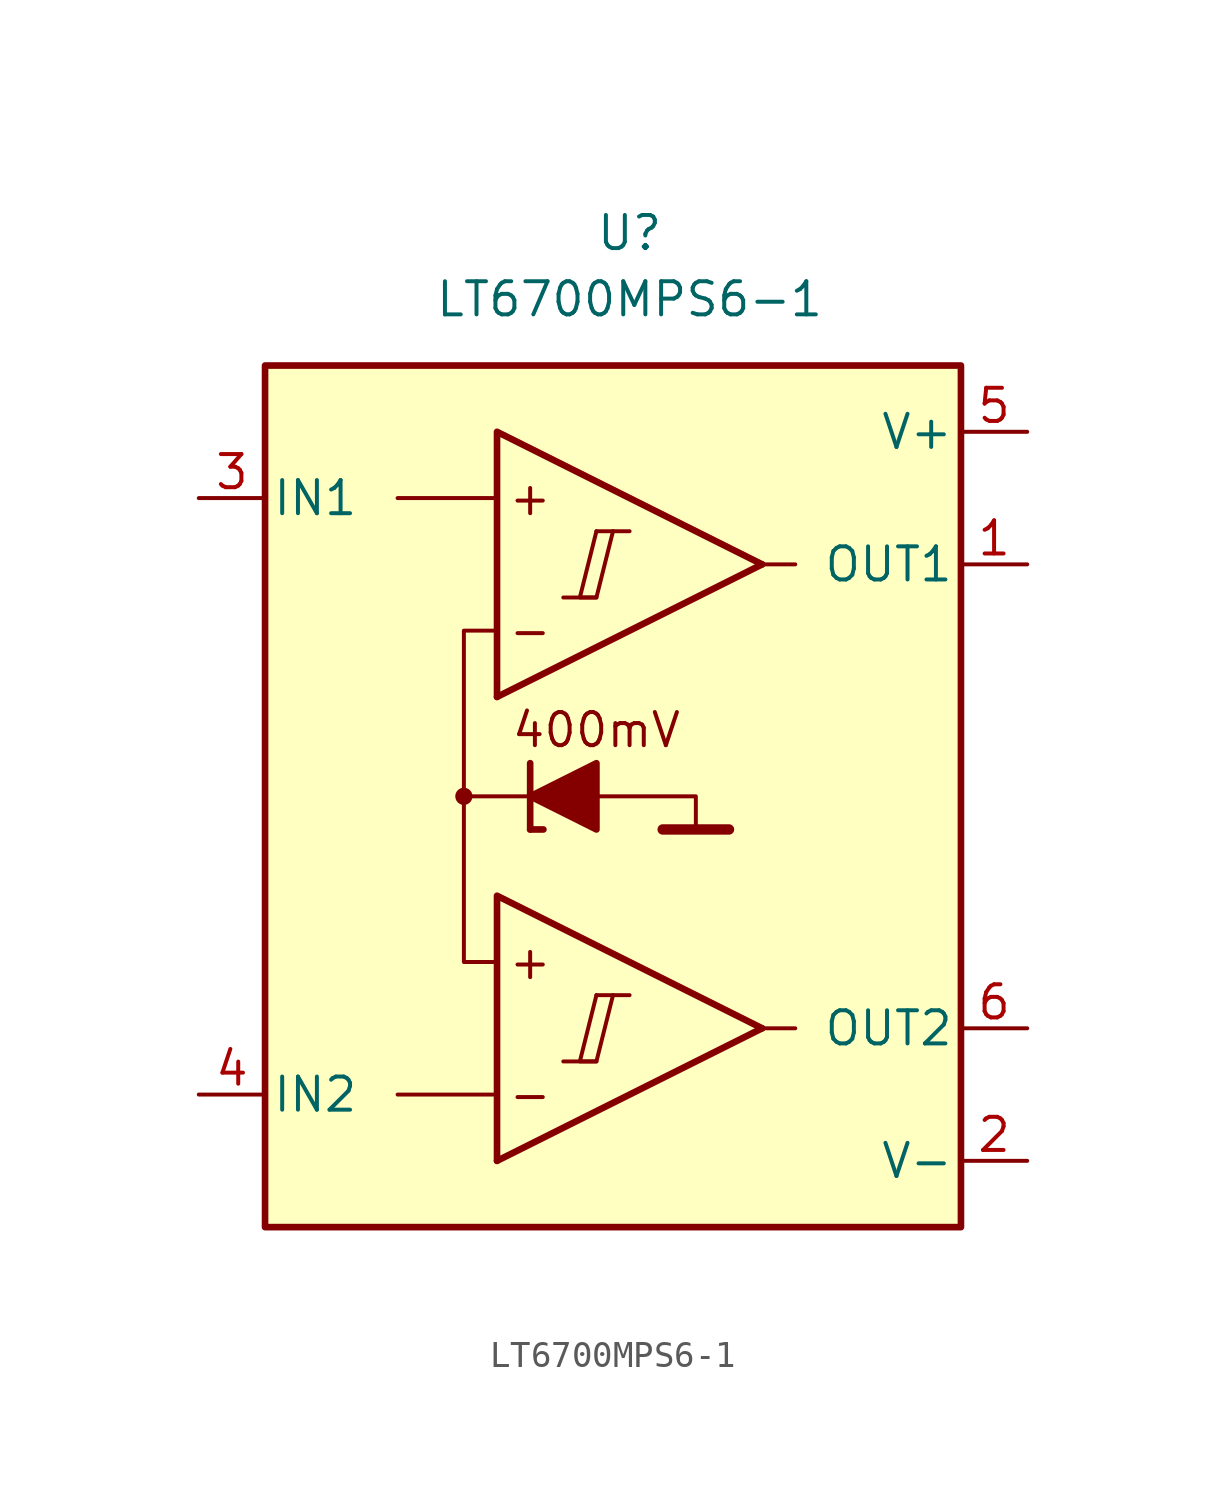
<source format=kicad_sym>
(kicad_symbol_lib
  (version 20231120)
  (generator "kicad_symbol_editor")
  (generator_version "8.0")
  (symbol "LT6700MPS6-1"
    (pin_names
      (offset 0.254))
    (property "Reference" "U"
      (at 0 22.86 0)
      (effects (font (size 1.27 1.27))))
    (property "Value" "LT6700MPS6-1"
      (at 0 20.32 0)
      (effects (font (size 1.27 1.27))))
    (symbol "LT6700MPS6-1_0_0"
      (rectangle (start -13.97 17.78) (end 12.7 -15.24) (stroke (width 0.254) (type default)) (fill (type background)))
      (circle (center -6.35 1.27) (radius 0.254) (stroke (width 0.152) (type default)) (fill (type outline)))
      (polyline (pts (xy -2.54 -8.89) (xy -1.27 -8.89)) (stroke (width 0.152) (type default)) (fill (type none)))
      (polyline (pts (xy -2.54 8.89) (xy -1.27 8.89)) (stroke (width 0.152) (type default)) (fill (type none)))
      (polyline (pts (xy -1.27 -6.35) (xy 0 -6.35)) (stroke (width 0.152) (type default)) (fill (type none)))
      (polyline (pts (xy -1.27 11.43) (xy 0 11.43)) (stroke (width 0.152) (type default)) (fill (type none)))
      (polyline (pts (xy 5.08 -7.62) (xy -5.08 -12.7)) (stroke (width 0.254) (type default)) (fill (type none)))
      (polyline (pts (xy 5.08 10.16) (xy -5.08 5.08)) (stroke (width 0.254) (type default)) (fill (type none)))
      (polyline (pts (xy 5.08 -7.62) (xy -5.08 -2.54) (xy -5.08 -12.7)) (stroke (width 0.254) (type default)) (fill (type background)))
      (polyline (pts (xy 5.08 10.16) (xy -5.08 15.24) (xy -5.08 5.08)) (stroke (width 0.254) (type default)) (fill (type background)))
      (polyline (pts (xy -1.27 -6.35) (xy -1.905 -8.89) (xy -1.27 -8.89) (xy -0.635 -6.35)) (stroke (width 0.152) (type default)) (fill (type none)))
      (polyline (pts (xy -1.27 11.43) (xy -1.905 8.89) (xy -1.27 8.89) (xy -0.635 11.43)) (stroke (width 0.152) (type default)) (fill (type none)))
      (text "+" (at -3.81 -5.08 0) (effects (font (size 1.27 1.27))))
      (text "+" (at -3.81 12.7 0) (effects (font (size 1.27 1.27))))
      (text "-" (at -3.81 -10.16 0) (effects (font (size 1.27 1.27))))
      (text "-" (at -3.81 7.62 0) (effects (font (size 1.27 1.27)))))
    (symbol "LT6700MPS6-1_0_1"
      (polyline (pts (xy -5.08 -10.16) (xy -8.89 -10.16)) (stroke (width 0) (type default)) (fill (type none)))
      (polyline (pts (xy -5.08 12.7) (xy -8.89 12.7)) (stroke (width 0) (type default)) (fill (type none)))
      (polyline (pts (xy -3.81 0) (xy -3.81 2.54)) (stroke (width 0.254) (type default)) (fill (type none)))
      (polyline (pts (xy -3.81 0) (xy -3.302 0)) (stroke (width 0.254) (type default)) (fill (type none)))
      (polyline (pts (xy -3.81 1.27) (xy -6.35 1.27)) (stroke (width 0.152) (type default)) (fill (type none)))
      (polyline (pts (xy 1.27 0) (xy 3.81 0)) (stroke (width 0.4) (type default)) (fill (type none)))
      (polyline (pts (xy 5.08 -7.62) (xy 6.35 -7.62)) (stroke (width 0) (type default)) (fill (type none)))
      (polyline (pts (xy 5.08 10.16) (xy 6.35 10.16)) (stroke (width 0) (type default)) (fill (type none)))
      (polyline (pts (xy -1.27 1.27) (xy 2.54 1.27) (xy 2.54 0)) (stroke (width 0.152) (type default)) (fill (type none)))
      (polyline (pts (xy -5.08 -5.08) (xy -6.35 -5.08) (xy -6.35 7.62) (xy -5.08 7.62)) (stroke (width 0.152) (type default)) (fill (type none)))
      (polyline (pts (xy -1.27 2.54) (xy -1.27 0) (xy -3.81 1.27) (xy -1.27 2.54)) (stroke (width 0.254) (type default)) (fill (type outline))))
    (symbol "LT6700MPS6-1_1_0"
      (text "400mV" (at -1.27 3.81 0) (effects (font (size 1.27 1.27)))))
    (symbol "LT6700MPS6-1_1_1"
      (pin output line (at 15.24 10.16 180) (length 2.54) (name "OUT1" (effects (font (size 1.27 1.27)))) (number "1" (effects (font (size 1.27 1.27)))))
      (pin power_in line (at 15.24 -12.7 180) (length 2.54) (name "V-" (effects (font (size 1.27 1.27)))) (number "2" (effects (font (size 1.27 1.27)))))
      (pin input line (at -16.51 12.7 0) (length 2.54) (name "IN1" (effects (font (size 1.27 1.27)))) (number "3" (effects (font (size 1.27 1.27)))))
      (pin input line (at -16.51 -10.16 0) (length 2.54) (name "IN2" (effects (font (size 1.27 1.27)))) (number "4" (effects (font (size 1.27 1.27)))))
      (pin power_in line (at 15.24 15.24 180) (length 2.54) (name "V+" (effects (font (size 1.27 1.27)))) (number "5" (effects (font (size 1.27 1.27)))))
      (pin output line (at 15.24 -7.62 180) (length 2.54) (name "OUT2" (effects (font (size 1.27 1.27)))) (number "6" (effects (font (size 1.27 1.27))))))))
</source>
